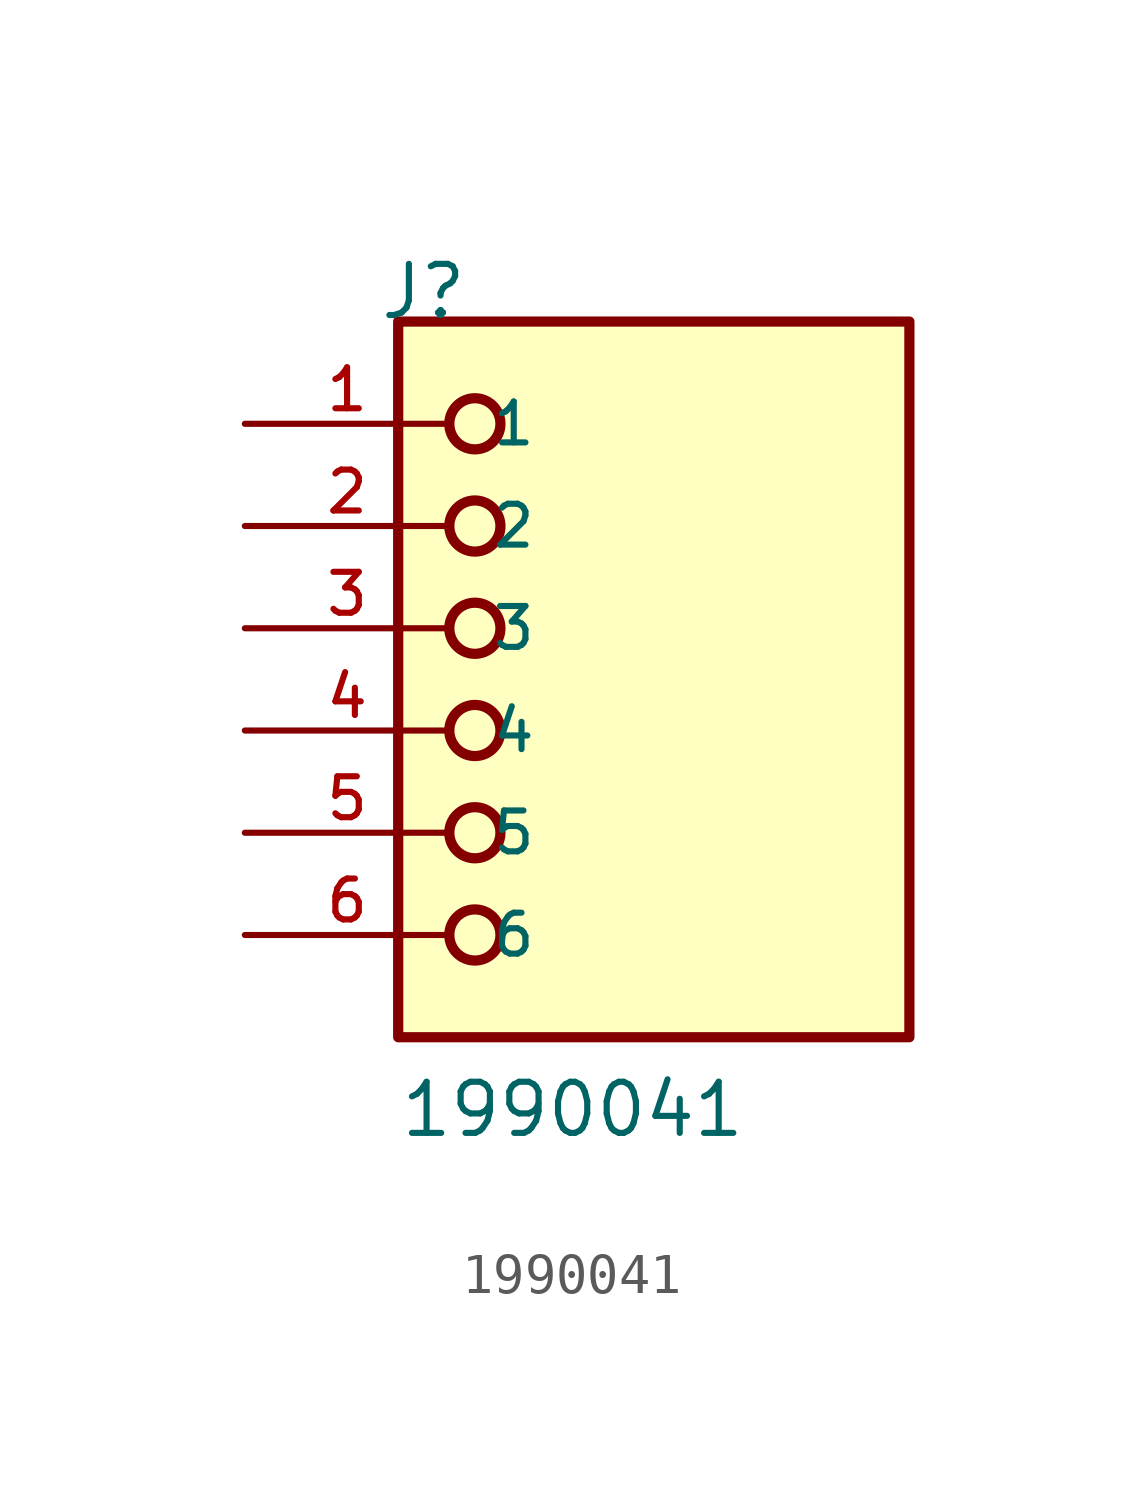
<source format=kicad_sym>
(kicad_symbol_lib
  (version 20211014)
  (generator kicad_symbol_editor)
  (symbol "1990041"
    (pin_names
      (offset 1.016))
    (property "Reference" "J"
      (at -6.85 10.16 0)
      (effects (font (size 1.27 1.27)) (justify bottom left)))
    (property "Value" "1990041"
      (at -6.35 -10.16 0)
      (effects (font (size 1.27 1.27)) (justify bottom left)))
    (symbol "1990041_0_0"
      (circle (center -4.445 7.62) (radius 0.635) (stroke (width 0.254)) (fill (type none)))
      (circle (center -4.445 5.08) (radius 0.635) (stroke (width 0.254)) (fill (type none)))
      (circle (center -4.445 2.54) (radius 0.635) (stroke (width 0.254)) (fill (type none)))
      (circle (center -4.445 0.0) (radius 0.635) (stroke (width 0.254)) (fill (type none)))
      (circle (center -4.445 -2.54) (radius 0.635) (stroke (width 0.254)) (fill (type none)))
      (circle (center -4.445 -5.08) (radius 0.635) (stroke (width 0.254)) (fill (type none)))
      (rectangle (start -6.35 -7.62) (end 6.35 10.16) (stroke (width 0.254)) (fill (type background)))
      (pin passive line (at -10.16 7.62 0) (length 5.08) (name "1" (effects (font (size 1.016 1.016)))) (number "1" (effects (font (size 1.016 1.016)))))
      (pin passive line (at -10.16 5.08 0) (length 5.08) (name "2" (effects (font (size 1.016 1.016)))) (number "2" (effects (font (size 1.016 1.016)))))
      (pin passive line (at -10.16 2.54 0) (length 5.08) (name "3" (effects (font (size 1.016 1.016)))) (number "3" (effects (font (size 1.016 1.016)))))
      (pin passive line (at -10.16 0.0 0) (length 5.08) (name "4" (effects (font (size 1.016 1.016)))) (number "4" (effects (font (size 1.016 1.016)))))
      (pin passive line (at -10.16 -2.54 0) (length 5.08) (name "5" (effects (font (size 1.016 1.016)))) (number "5" (effects (font (size 1.016 1.016)))))
      (pin passive line (at -10.16 -5.08 0) (length 5.08) (name "6" (effects (font (size 1.016 1.016)))) (number "6" (effects (font (size 1.016 1.016))))))))
</source>
